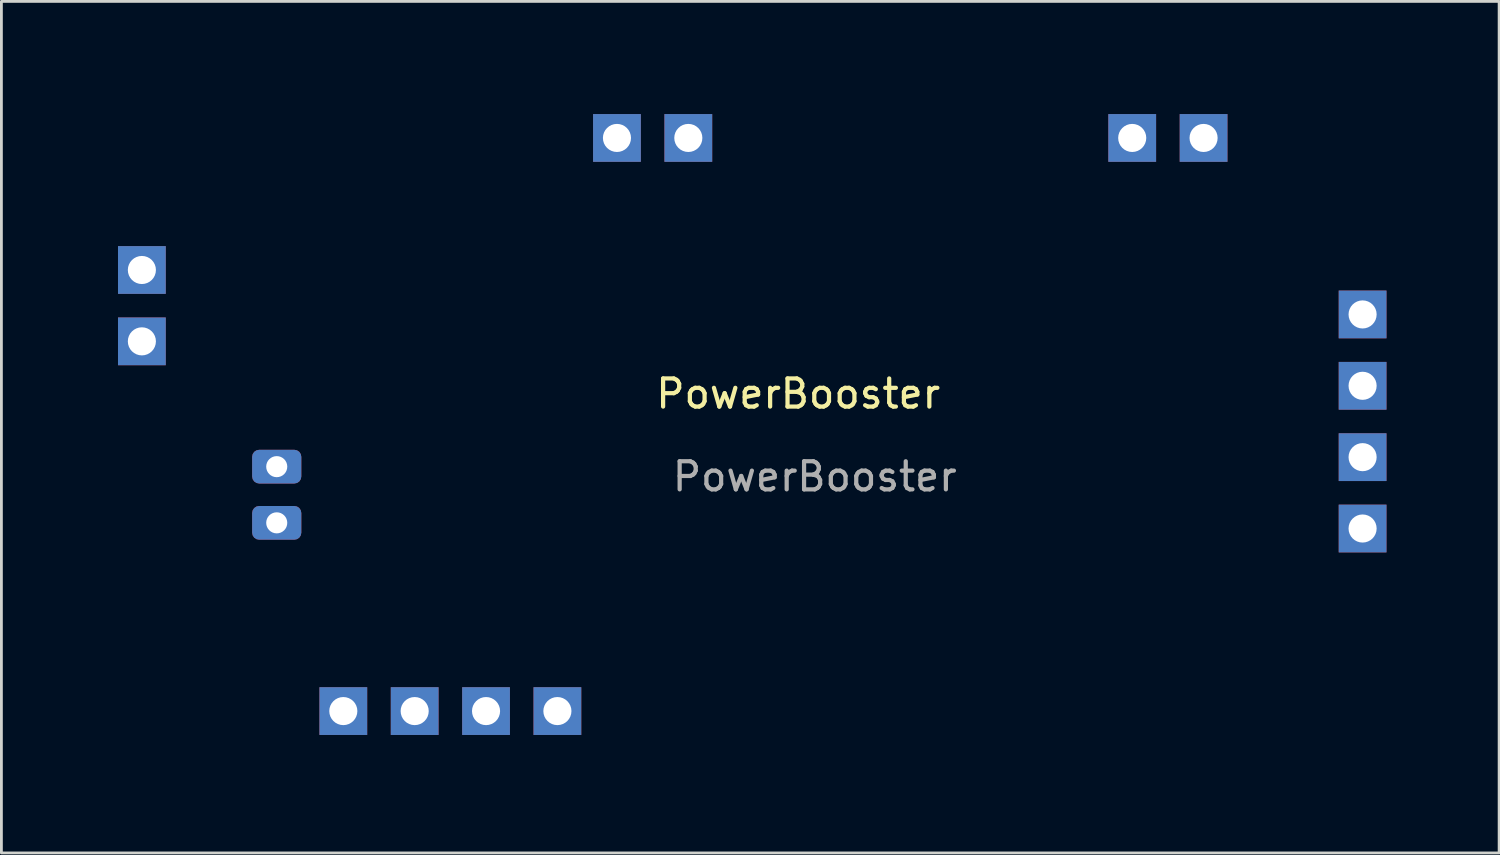
<source format=kicad_pcb>
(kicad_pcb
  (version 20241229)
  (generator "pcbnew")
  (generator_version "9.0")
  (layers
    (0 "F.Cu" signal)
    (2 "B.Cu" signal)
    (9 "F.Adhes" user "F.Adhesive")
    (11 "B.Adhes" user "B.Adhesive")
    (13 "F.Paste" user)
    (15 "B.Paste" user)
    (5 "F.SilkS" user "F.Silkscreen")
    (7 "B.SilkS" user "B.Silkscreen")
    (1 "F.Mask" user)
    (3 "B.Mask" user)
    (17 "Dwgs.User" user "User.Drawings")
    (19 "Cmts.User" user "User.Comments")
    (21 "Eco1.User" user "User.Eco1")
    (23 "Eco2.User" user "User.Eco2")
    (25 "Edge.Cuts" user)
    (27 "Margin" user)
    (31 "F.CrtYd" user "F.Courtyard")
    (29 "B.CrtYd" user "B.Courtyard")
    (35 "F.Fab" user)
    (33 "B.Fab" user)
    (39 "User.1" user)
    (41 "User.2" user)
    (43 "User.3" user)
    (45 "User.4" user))
  (footprint "PowerBooster"
    (layer "F.Cu")
    (at 0.25 24.06)
    (property "Reference" "PowerBooster" (at 25.112 -13.094 0) (unlocked yes) (layer "F.SilkS") (effects (font (size 1 1) (thickness 0.15))))
    (attr through_hole)
    (fp_line (start 0 -22) (end 0 -2) (stroke (width 0.12) (type solid)) (layer "User.1"))
    (fp_line (start 2 -24) (end 8 -24) (stroke (width 0.12) (type solid)) (layer "User.1"))
    (fp_line (start 9 -23) (end 16.5 -23) (stroke (width 0.12) (type solid)) (layer "User.1"))
    (fp_line (start 17.5 -24) (end 27 -24) (stroke (width 0.12) (type solid)) (layer "User.1"))
    (fp_line (start 28 -23) (end 31.5 -23) (stroke (width 0.12) (type solid)) (layer "User.1"))
    (fp_line (start 32.5 -24) (end 45 -24) (stroke (width 0.12) (type solid)) (layer "User.1"))
    (fp_line (start 45 0) (end 2 0) (stroke (width 0.12) (type solid)) (layer "User.1"))
    (fp_line (start 47 -2) (end 47 -22) (stroke (width 0.12) (type solid)) (layer "User.1"))
    (fp_arc (start 0 -22) (mid 0.585786 -23.414213) (end 2 -24) (stroke (width 0.12) (type solid)) (layer "User.1"))
    (fp_arc (start 2 0) (mid 0.585787 -0.585786) (end 0 -2) (stroke (width 0.12) (type solid)) (layer "User.1"))
    (fp_arc (start 8 -24) (mid 8.353553 -23.853553) (end 8.5 -23.5) (stroke (width 0.12) (type solid)) (layer "User.1"))
    (fp_arc (start 9 -23) (mid 8.646447 -23.146447) (end 8.5 -23.5) (stroke (width 0.12) (type solid)) (layer "User.1"))
    (fp_arc (start 17 -23.5) (mid 16.853553 -23.146447) (end 16.5 -23) (stroke (width 0.12) (type solid)) (layer "User.1"))
    (fp_arc (start 17 -23.5) (mid 17.146447 -23.853553) (end 17.5 -24) (stroke (width 0.12) (type solid)) (layer "User.1"))
    (fp_arc (start 27 -24) (mid 27.353553 -23.853553) (end 27.5 -23.5) (stroke (width 0.12) (type solid)) (layer "User.1"))
    (fp_arc (start 28 -23) (mid 27.646447 -23.146447) (end 27.5 -23.5) (stroke (width 0.12) (type solid)) (layer "User.1"))
    (fp_arc (start 32 -23.5) (mid 31.853553 -23.146447) (end 31.5 -23) (stroke (width 0.12) (type solid)) (layer "User.1"))
    (fp_arc (start 32 -23.5) (mid 32.146447 -23.853553) (end 32.5 -24) (stroke (width 0.12) (type solid)) (layer "User.1"))
    (fp_arc (start 45 -24) (mid 46.414213 -23.414214) (end 47 -22) (stroke (width 0.12) (type solid)) (layer "User.1"))
    (fp_arc (start 47 -2) (mid 46.414214 -0.585787) (end 45 0) (stroke (width 0.12) (type solid)) (layer "User.1"))
    (fp_text user "${REFERENCE}" (at 25.701 -10.147 0) (unlocked yes) (layer "F.Fab") (effects (font (size 1 1) (thickness 0.15))))
    (pad "1" thru_hole rect (at 1.75 -17.5) (size 1.7 1.7) (drill 1) (layers "*.Cu" "*.Mask"))
    (pad "2" thru_hole rect (at 1.75 -14.96) (size 1.7 1.7) (drill 1) (layers "*.Cu" "*.Mask"))
    (pad "3" thru_hole roundrect (at 6.55 -10.5 90) (size 1.2 1.75) (drill 0.75) (layers "*.Cu" "*.Mask") (roundrect_rratio 0.208))
    (pad "4" thru_hole roundrect (at 6.55 -8.5 90) (size 1.2 1.75) (drill 0.75) (layers "*.Cu" "*.Mask") (roundrect_rratio 0.208))
    (pad "5" thru_hole rect (at 8.92 -1.8 90) (size 1.7 1.7) (drill 1) (layers "*.Cu" "*.Mask"))
    (pad "6" thru_hole rect (at 11.46 -1.8 90) (size 1.7 1.7) (drill 1) (layers "*.Cu" "*.Mask"))
    (pad "7" thru_hole rect (at 14 -1.8 90) (size 1.7 1.7) (drill 1) (layers "*.Cu" "*.Mask"))
    (pad "8" thru_hole rect (at 16.54 -1.8 90) (size 1.7 1.7) (drill 1) (layers "*.Cu" "*.Mask"))
    (pad "9" thru_hole rect (at 45.2 -8.298 90) (size 1.7 1.7) (drill 1) (layers "*.Cu" "*.Mask"))
    (pad "10" thru_hole rect (at 45.2 -10.838 90) (size 1.7 1.7) (drill 1) (layers "*.Cu" "*.Mask"))
    (pad "11" thru_hole rect (at 45.2 -13.378 90) (size 1.7 1.7) (drill 1) (layers "*.Cu" "*.Mask"))
    (pad "12" thru_hole rect (at 45.2 -15.918 90) (size 1.7 1.7) (drill 1) (layers "*.Cu" "*.Mask"))
    (pad "13" thru_hole rect (at 39.54 -22.2 90) (size 1.7 1.7) (drill 1) (layers "*.Cu" "*.Mask"))
    (pad "14" thru_hole rect (at 37 -22.2 90) (size 1.7 1.7) (drill 1) (layers "*.Cu" "*.Mask"))
    (pad "15" thru_hole rect (at 21.2 -22.2 90) (size 1.7 1.7) (drill 1) (layers "*.Cu" "*.Mask"))
    (pad "16" thru_hole rect (at 18.66 -22.2 90) (size 1.7 1.7) (drill 1) (layers "*.Cu" "*.Mask")))
  (gr_rect
    (start -3 -3)
    (end 50.31 27.31)
    (stroke (width 0.1) (type default))
    (fill no)
    (layer "Edge.Cuts")))
</source>
